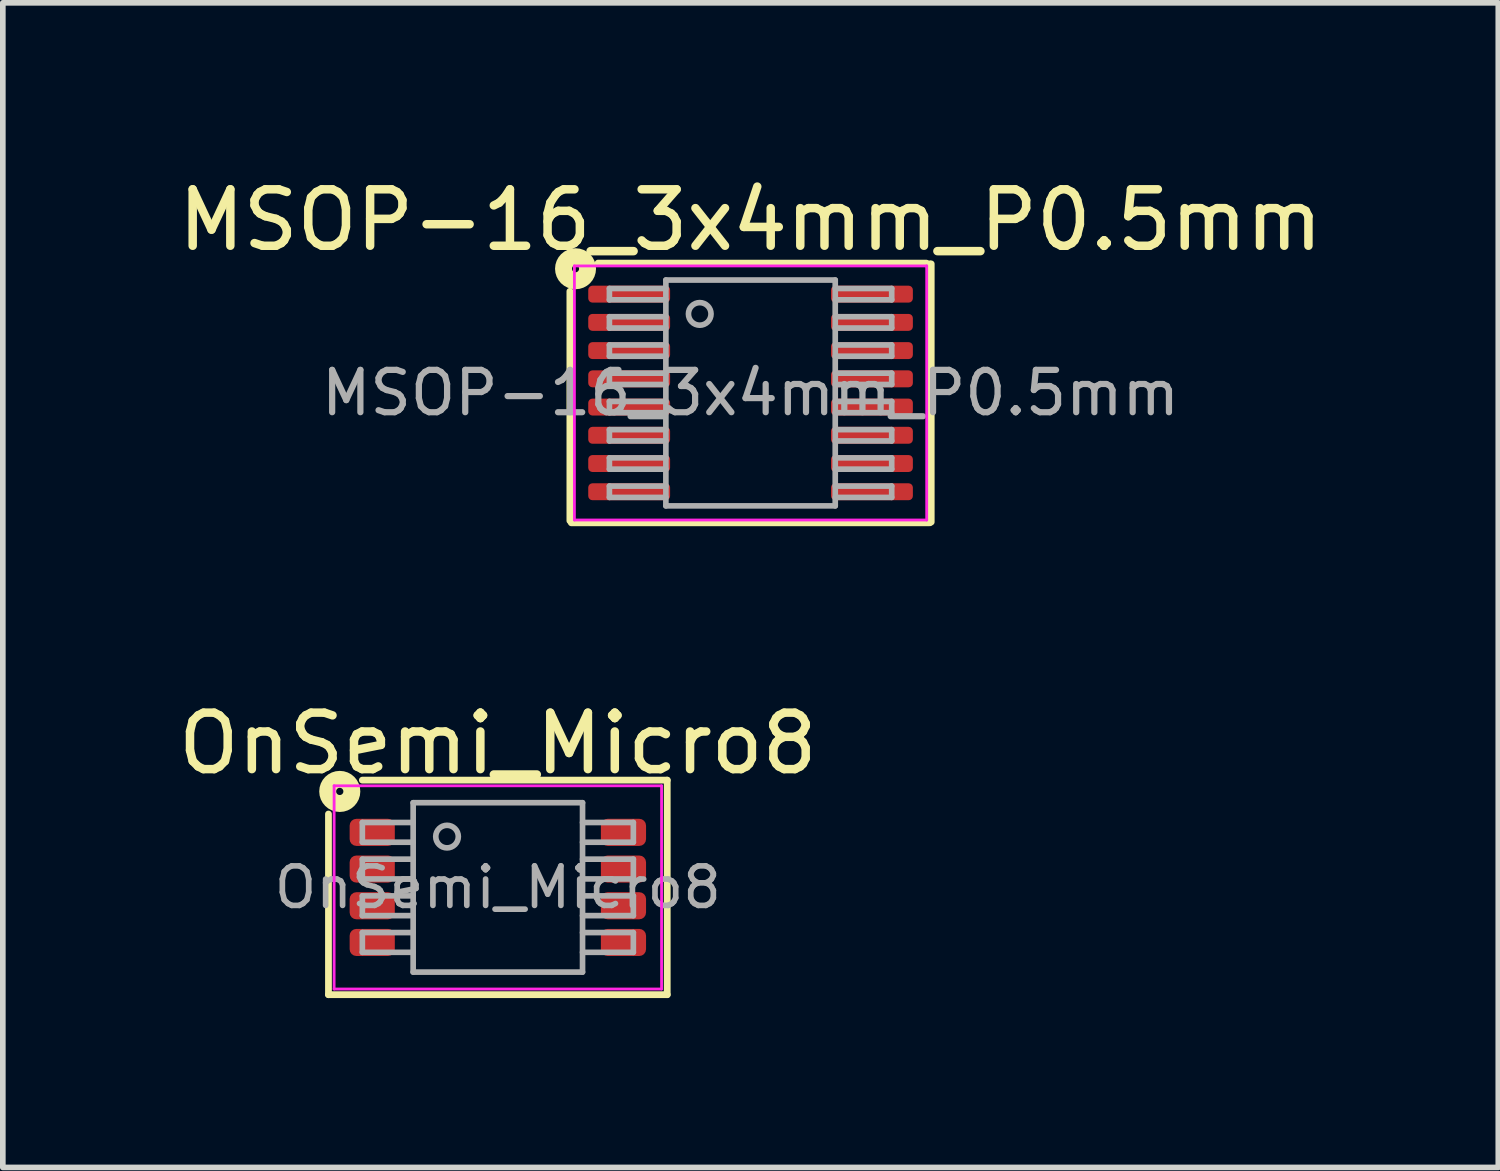
<source format=kicad_pcb>
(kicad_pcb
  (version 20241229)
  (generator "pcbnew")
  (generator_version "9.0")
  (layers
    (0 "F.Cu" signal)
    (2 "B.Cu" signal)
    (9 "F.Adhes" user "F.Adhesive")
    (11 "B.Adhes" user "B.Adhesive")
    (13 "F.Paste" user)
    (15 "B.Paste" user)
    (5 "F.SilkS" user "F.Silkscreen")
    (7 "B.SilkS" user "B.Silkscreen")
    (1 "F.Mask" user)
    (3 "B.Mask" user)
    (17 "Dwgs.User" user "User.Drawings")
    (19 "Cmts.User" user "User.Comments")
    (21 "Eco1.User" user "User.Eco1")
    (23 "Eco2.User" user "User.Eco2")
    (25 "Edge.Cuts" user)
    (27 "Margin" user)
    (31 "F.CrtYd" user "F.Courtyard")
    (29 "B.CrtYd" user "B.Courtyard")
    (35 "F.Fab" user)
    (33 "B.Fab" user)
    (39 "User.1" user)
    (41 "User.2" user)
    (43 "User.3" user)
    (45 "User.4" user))
  (footprint "OnSemi_Micro8"
    (layer "F.Cu")
    (at 5.768 12.668)
    (property "Reference" "OnSemi_Micro8" (at 0 -2.55 0) (layer "F.SilkS") (effects (font (size 1 1) (thickness 0.15))))
    (attr smd)
    (fp_line (start -3 -1.3) (end -3 1.9) (stroke (width 0.12) (type solid)) (layer "F.SilkS"))
    (fp_line (start -3 1.9) (end 3 1.9) (stroke (width 0.12) (type solid)) (layer "F.SilkS"))
    (fp_line (start 3 -1.9) (end -2.4 -1.9) (stroke (width 0.12) (type solid)) (layer "F.SilkS"))
    (fp_line (start 3 1.9) (end 3 -1.9) (stroke (width 0.12) (type solid)) (layer "F.SilkS"))
    (fp_circle (center -2.8 -1.7) (end -2.736 -1.7) (stroke (width 0.3) (type solid)) (fill no) (layer "F.SilkS"))
    (fp_line (start -2.9 -1.8) (end -2.9 1.8) (stroke (width 0.05) (type solid)) (layer "F.CrtYd"))
    (fp_line (start -2.9 -1.8) (end 2.9 -1.8) (stroke (width 0.05) (type solid)) (layer "F.CrtYd"))
    (fp_line (start -2.9 1.8) (end 2.9 1.8) (stroke (width 0.05) (type solid)) (layer "F.CrtYd"))
    (fp_line (start 2.9 -1.8) (end 2.9 1.8) (stroke (width 0.05) (type solid)) (layer "F.CrtYd"))
    (fp_line (start -2.4 -1.15) (end -2.4 -0.8) (stroke (width 0.1) (type solid)) (layer "F.Fab"))
    (fp_line (start -2.4 -1.15) (end -1.5 -1.15) (stroke (width 0.1) (type solid)) (layer "F.Fab"))
    (fp_line (start -2.4 -0.8) (end -1.5 -0.8) (stroke (width 0.1) (type solid)) (layer "F.Fab"))
    (fp_line (start -2.4 -0.5) (end -2.4 -0.15) (stroke (width 0.1) (type solid)) (layer "F.Fab"))
    (fp_line (start -2.4 -0.5) (end -1.5 -0.5) (stroke (width 0.1) (type solid)) (layer "F.Fab"))
    (fp_line (start -2.4 -0.15) (end -1.5 -0.15) (stroke (width 0.1) (type solid)) (layer "F.Fab"))
    (fp_line (start -2.4 0.15) (end -2.4 0.5) (stroke (width 0.1) (type solid)) (layer "F.Fab"))
    (fp_line (start -2.4 0.15) (end -1.5 0.15) (stroke (width 0.1) (type solid)) (layer "F.Fab"))
    (fp_line (start -2.4 0.5) (end -1.5 0.5) (stroke (width 0.1) (type solid)) (layer "F.Fab"))
    (fp_line (start -2.4 0.8) (end -2.4 1.15) (stroke (width 0.1) (type solid)) (layer "F.Fab"))
    (fp_line (start -2.4 0.8) (end -1.5 0.8) (stroke (width 0.1) (type solid)) (layer "F.Fab"))
    (fp_line (start -2.4 1.15) (end -1.5 1.15) (stroke (width 0.1) (type solid)) (layer "F.Fab"))
    (fp_line (start -1.5 -1.5) (end 1.5 -1.5) (stroke (width 0.1) (type solid)) (layer "F.Fab"))
    (fp_line (start -1.5 1.5) (end -1.5 -1.5) (stroke (width 0.1) (type solid)) (layer "F.Fab"))
    (fp_line (start 1.5 -1.5) (end 1.5 1.5) (stroke (width 0.1) (type solid)) (layer "F.Fab"))
    (fp_line (start 1.5 1.5) (end -1.5 1.5) (stroke (width 0.1) (type solid)) (layer "F.Fab"))
    (fp_line (start 2.4 -1.15) (end 1.5 -1.15) (stroke (width 0.1) (type solid)) (layer "F.Fab"))
    (fp_line (start 2.4 -0.8) (end 1.5 -0.8) (stroke (width 0.1) (type solid)) (layer "F.Fab"))
    (fp_line (start 2.4 -0.8) (end 2.4 -1.15) (stroke (width 0.1) (type solid)) (layer "F.Fab"))
    (fp_line (start 2.4 -0.5) (end 1.5 -0.5) (stroke (width 0.1) (type solid)) (layer "F.Fab"))
    (fp_line (start 2.4 -0.15) (end 1.5 -0.15) (stroke (width 0.1) (type solid)) (layer "F.Fab"))
    (fp_line (start 2.4 -0.15) (end 2.4 -0.5) (stroke (width 0.1) (type solid)) (layer "F.Fab"))
    (fp_line (start 2.4 0.15) (end 1.5 0.15) (stroke (width 0.1) (type solid)) (layer "F.Fab"))
    (fp_line (start 2.4 0.5) (end 1.5 0.5) (stroke (width 0.1) (type solid)) (layer "F.Fab"))
    (fp_line (start 2.4 0.5) (end 2.4 0.15) (stroke (width 0.1) (type solid)) (layer "F.Fab"))
    (fp_line (start 2.4 0.8) (end 1.5 0.8) (stroke (width 0.1) (type solid)) (layer "F.Fab"))
    (fp_line (start 2.4 1.15) (end 1.5 1.15) (stroke (width 0.1) (type solid)) (layer "F.Fab"))
    (fp_line (start 2.4 1.15) (end 2.4 0.8) (stroke (width 0.1) (type solid)) (layer "F.Fab"))
    (fp_circle (center -0.9 -0.9) (end -0.7 -0.9) (stroke (width 0.1) (type solid)) (fill no) (layer "F.Fab"))
    (fp_text user "${REFERENCE}" (at 0 0 0) (layer "F.Fab") (effects (font (size 0.7 0.7) (thickness 0.1))))
    (pad "1" smd roundrect (at -2.225 -0.975) (size 0.8 0.48) (layers "F.Cu" "F.Mask" "F.Paste") (roundrect_rratio 0.25))
    (pad "2" smd roundrect (at -2.225 -0.325) (size 0.8 0.48) (layers "F.Cu" "F.Mask" "F.Paste") (roundrect_rratio 0.25))
    (pad "3" smd roundrect (at -2.225 0.325) (size 0.8 0.48) (layers "F.Cu" "F.Mask" "F.Paste") (roundrect_rratio 0.25))
    (pad "4" smd roundrect (at -2.225 0.975) (size 0.8 0.48) (layers "F.Cu" "F.Mask" "F.Paste") (roundrect_rratio 0.25))
    (pad "5" smd roundrect (at 2.225 0.975) (size 0.8 0.48) (layers "F.Cu" "F.Mask" "F.Paste") (roundrect_rratio 0.25))
    (pad "6" smd roundrect (at 2.225 0.325) (size 0.8 0.48) (layers "F.Cu" "F.Mask" "F.Paste") (roundrect_rratio 0.25))
    (pad "7" smd roundrect (at 2.225 -0.325) (size 0.8 0.48) (layers "F.Cu" "F.Mask" "F.Paste") (roundrect_rratio 0.25))
    (pad "8" smd roundrect (at 2.225 -0.975) (size 0.8 0.48) (layers "F.Cu" "F.Mask" "F.Paste") (roundrect_rratio 0.25)))
  (footprint "MSOP-16_3x4mm_P0.5mm"
    (layer "F.Cu")
    (at 10.244 3.91)
    (property "Reference" "MSOP-16_3x4mm_P0.5mm" (at 0 -3.062 0) (layer "F.SilkS") (effects (font (size 1 1) (thickness 0.15))))
    (attr smd)
    (fp_line (start -3.2 2.264) (end -3.2 -1.8) (stroke (width 0.12) (type solid)) (layer "F.SilkS"))
    (fp_line (start -2.7 -2.3) (end 3.111 -2.3) (stroke (width 0.12) (type solid)) (layer "F.SilkS"))
    (fp_line (start 3.111 -2.286) (end 3.175 -2.286) (stroke (width 0.12) (type solid)) (layer "F.SilkS"))
    (fp_line (start 3.175 2.3) (end -3.175 2.3) (stroke (width 0.12) (type solid)) (layer "F.SilkS"))
    (fp_line (start 3.2 -2.286) (end 3.2 2.286) (stroke (width 0.12) (type solid)) (layer "F.SilkS"))
    (fp_circle (center -3.1 -2.2) (end -3.037 -2.2) (stroke (width 0.3) (type solid)) (fill no) (layer "F.SilkS"))
    (fp_line (start -3.12 -2.25) (end -3.12 2.25) (stroke (width 0.05) (type solid)) (layer "F.CrtYd"))
    (fp_line (start -3.12 2.25) (end 3.12 2.25) (stroke (width 0.05) (type solid)) (layer "F.CrtYd"))
    (fp_line (start 3.12 -2.25) (end -3.12 -2.25) (stroke (width 0.05) (type solid)) (layer "F.CrtYd"))
    (fp_line (start 3.12 2.25) (end 3.12 -2.25) (stroke (width 0.05) (type solid)) (layer "F.CrtYd"))
    (fp_line (start -2.5 -1.85) (end -2.5 -1.65) (stroke (width 0.1) (type solid)) (layer "F.Fab"))
    (fp_line (start -2.5 -1.85) (end -1.5 -1.85) (stroke (width 0.1) (type solid)) (layer "F.Fab"))
    (fp_line (start -2.5 -1.65) (end -1.5 -1.65) (stroke (width 0.1) (type solid)) (layer "F.Fab"))
    (fp_line (start -2.5 -1.35) (end -2.5 -1.15) (stroke (width 0.1) (type solid)) (layer "F.Fab"))
    (fp_line (start -2.5 -1.35) (end -1.5 -1.35) (stroke (width 0.1) (type solid)) (layer "F.Fab"))
    (fp_line (start -2.5 -1.15) (end -1.5 -1.15) (stroke (width 0.1) (type solid)) (layer "F.Fab"))
    (fp_line (start -2.5 -0.85) (end -2.5 -0.65) (stroke (width 0.1) (type solid)) (layer "F.Fab"))
    (fp_line (start -2.5 -0.85) (end -1.5 -0.85) (stroke (width 0.1) (type solid)) (layer "F.Fab"))
    (fp_line (start -2.5 -0.65) (end -1.5 -0.65) (stroke (width 0.1) (type solid)) (layer "F.Fab"))
    (fp_line (start -2.5 -0.35) (end -2.5 -0.15) (stroke (width 0.1) (type solid)) (layer "F.Fab"))
    (fp_line (start -2.5 -0.35) (end -1.5 -0.35) (stroke (width 0.1) (type solid)) (layer "F.Fab"))
    (fp_line (start -2.5 -0.15) (end -1.5 -0.15) (stroke (width 0.1) (type solid)) (layer "F.Fab"))
    (fp_line (start -2.5 0.15) (end -2.5 0.35) (stroke (width 0.1) (type solid)) (layer "F.Fab"))
    (fp_line (start -2.5 0.15) (end -1.5 0.15) (stroke (width 0.1) (type solid)) (layer "F.Fab"))
    (fp_line (start -2.5 0.35) (end -1.5 0.35) (stroke (width 0.1) (type solid)) (layer "F.Fab"))
    (fp_line (start -2.5 0.65) (end -2.5 0.85) (stroke (width 0.1) (type solid)) (layer "F.Fab"))
    (fp_line (start -2.5 0.65) (end -1.5 0.65) (stroke (width 0.1) (type solid)) (layer "F.Fab"))
    (fp_line (start -2.5 0.85) (end -1.5 0.85) (stroke (width 0.1) (type solid)) (layer "F.Fab"))
    (fp_line (start -2.5 1.15) (end -2.5 1.35) (stroke (width 0.1) (type solid)) (layer "F.Fab"))
    (fp_line (start -2.5 1.15) (end -1.5 1.15) (stroke (width 0.1) (type solid)) (layer "F.Fab"))
    (fp_line (start -2.5 1.35) (end -1.5 1.35) (stroke (width 0.1) (type solid)) (layer "F.Fab"))
    (fp_line (start -2.5 1.65) (end -2.5 1.85) (stroke (width 0.1) (type solid)) (layer "F.Fab"))
    (fp_line (start -2.5 1.65) (end -1.5 1.65) (stroke (width 0.1) (type solid)) (layer "F.Fab"))
    (fp_line (start -2.5 1.85) (end -1.5 1.85) (stroke (width 0.1) (type solid)) (layer "F.Fab"))
    (fp_line (start -1.5 -2) (end 1.5 -2) (stroke (width 0.1) (type solid)) (layer "F.Fab"))
    (fp_line (start -1.5 2) (end -1.5 -2) (stroke (width 0.1) (type solid)) (layer "F.Fab"))
    (fp_line (start 1.5 -2) (end 1.5 2) (stroke (width 0.1) (type solid)) (layer "F.Fab"))
    (fp_line (start 1.5 2) (end -1.5 2) (stroke (width 0.1) (type solid)) (layer "F.Fab"))
    (fp_line (start 2.5 -1.85) (end 1.5 -1.85) (stroke (width 0.1) (type solid)) (layer "F.Fab"))
    (fp_line (start 2.5 -1.65) (end 1.5 -1.65) (stroke (width 0.1) (type solid)) (layer "F.Fab"))
    (fp_line (start 2.5 -1.65) (end 2.5 -1.85) (stroke (width 0.1) (type solid)) (layer "F.Fab"))
    (fp_line (start 2.5 -1.35) (end 1.5 -1.35) (stroke (width 0.1) (type solid)) (layer "F.Fab"))
    (fp_line (start 2.5 -1.15) (end 1.5 -1.15) (stroke (width 0.1) (type solid)) (layer "F.Fab"))
    (fp_line (start 2.5 -1.15) (end 2.5 -1.35) (stroke (width 0.1) (type solid)) (layer "F.Fab"))
    (fp_line (start 2.5 -0.85) (end 1.5 -0.85) (stroke (width 0.1) (type solid)) (layer "F.Fab"))
    (fp_line (start 2.5 -0.65) (end 1.5 -0.65) (stroke (width 0.1) (type solid)) (layer "F.Fab"))
    (fp_line (start 2.5 -0.65) (end 2.5 -0.85) (stroke (width 0.1) (type solid)) (layer "F.Fab"))
    (fp_line (start 2.5 -0.35) (end 1.5 -0.35) (stroke (width 0.1) (type solid)) (layer "F.Fab"))
    (fp_line (start 2.5 -0.15) (end 1.5 -0.15) (stroke (width 0.1) (type solid)) (layer "F.Fab"))
    (fp_line (start 2.5 -0.15) (end 2.5 -0.35) (stroke (width 0.1) (type solid)) (layer "F.Fab"))
    (fp_line (start 2.5 0.15) (end 1.5 0.15) (stroke (width 0.1) (type solid)) (layer "F.Fab"))
    (fp_line (start 2.5 0.35) (end 1.5 0.35) (stroke (width 0.1) (type solid)) (layer "F.Fab"))
    (fp_line (start 2.5 0.35) (end 2.5 0.15) (stroke (width 0.1) (type solid)) (layer "F.Fab"))
    (fp_line (start 2.5 0.65) (end 1.5 0.65) (stroke (width 0.1) (type solid)) (layer "F.Fab"))
    (fp_line (start 2.5 0.85) (end 1.5 0.85) (stroke (width 0.1) (type solid)) (layer "F.Fab"))
    (fp_line (start 2.5 0.85) (end 2.5 0.65) (stroke (width 0.1) (type solid)) (layer "F.Fab"))
    (fp_line (start 2.5 1.15) (end 1.5 1.15) (stroke (width 0.1) (type solid)) (layer "F.Fab"))
    (fp_line (start 2.5 1.35) (end 1.5 1.35) (stroke (width 0.1) (type solid)) (layer "F.Fab"))
    (fp_line (start 2.5 1.35) (end 2.5 1.15) (stroke (width 0.1) (type solid)) (layer "F.Fab"))
    (fp_line (start 2.5 1.65) (end 1.5 1.65) (stroke (width 0.1) (type solid)) (layer "F.Fab"))
    (fp_line (start 2.5 1.85) (end 1.5 1.85) (stroke (width 0.1) (type solid)) (layer "F.Fab"))
    (fp_line (start 2.5 1.85) (end 2.5 1.65) (stroke (width 0.1) (type solid)) (layer "F.Fab"))
    (fp_circle (center -0.9 -1.4) (end -0.7 -1.4) (stroke (width 0.1) (type solid)) (fill no) (layer "F.Fab"))
    (fp_text user "${REFERENCE}" (at 0 0 0) (layer "F.Fab") (effects (font (size 0.75 0.75) (thickness 0.11))))
    (pad "1" smd roundrect (at -2.15 -1.75) (size 1.45 0.3) (layers "F.Cu" "F.Mask" "F.Paste") (roundrect_rratio 0.25))
    (pad "2" smd roundrect (at -2.15 -1.25) (size 1.45 0.3) (layers "F.Cu" "F.Mask" "F.Paste") (roundrect_rratio 0.25))
    (pad "3" smd roundrect (at -2.15 -0.75) (size 1.45 0.3) (layers "F.Cu" "F.Mask" "F.Paste") (roundrect_rratio 0.25))
    (pad "4" smd roundrect (at -2.15 -0.25) (size 1.45 0.3) (layers "F.Cu" "F.Mask" "F.Paste") (roundrect_rratio 0.25))
    (pad "5" smd roundrect (at -2.15 0.25) (size 1.45 0.3) (layers "F.Cu" "F.Mask" "F.Paste") (roundrect_rratio 0.25))
    (pad "6" smd roundrect (at -2.15 0.75) (size 1.45 0.3) (layers "F.Cu" "F.Mask" "F.Paste") (roundrect_rratio 0.25))
    (pad "7" smd roundrect (at -2.15 1.25) (size 1.45 0.3) (layers "F.Cu" "F.Mask" "F.Paste") (roundrect_rratio 0.25))
    (pad "8" smd roundrect (at -2.15 1.75) (size 1.45 0.3) (layers "F.Cu" "F.Mask" "F.Paste") (roundrect_rratio 0.25))
    (pad "9" smd roundrect (at 2.15 1.75) (size 1.45 0.3) (layers "F.Cu" "F.Mask" "F.Paste") (roundrect_rratio 0.25))
    (pad "10" smd roundrect (at 2.15 1.25) (size 1.45 0.3) (layers "F.Cu" "F.Mask" "F.Paste") (roundrect_rratio 0.25))
    (pad "11" smd roundrect (at 2.15 0.75) (size 1.45 0.3) (layers "F.Cu" "F.Mask" "F.Paste") (roundrect_rratio 0.25))
    (pad "12" smd roundrect (at 2.15 0.25) (size 1.45 0.3) (layers "F.Cu" "F.Mask" "F.Paste") (roundrect_rratio 0.25))
    (pad "13" smd roundrect (at 2.15 -0.25) (size 1.45 0.3) (layers "F.Cu" "F.Mask" "F.Paste") (roundrect_rratio 0.25))
    (pad "14" smd roundrect (at 2.15 -0.75) (size 1.45 0.3) (layers "F.Cu" "F.Mask" "F.Paste") (roundrect_rratio 0.25))
    (pad "15" smd roundrect (at 2.15 -1.25) (size 1.45 0.3) (layers "F.Cu" "F.Mask" "F.Paste") (roundrect_rratio 0.25))
    (pad "16" smd roundrect (at 2.15 -1.75) (size 1.45 0.3) (layers "F.Cu" "F.Mask" "F.Paste") (roundrect_rratio 0.25)))
  (gr_rect
    (start -3 -3)
    (end 23.488 17.628)
    (stroke (width 0.1) (type default))
    (fill no)
    (layer "Edge.Cuts")))
</source>
